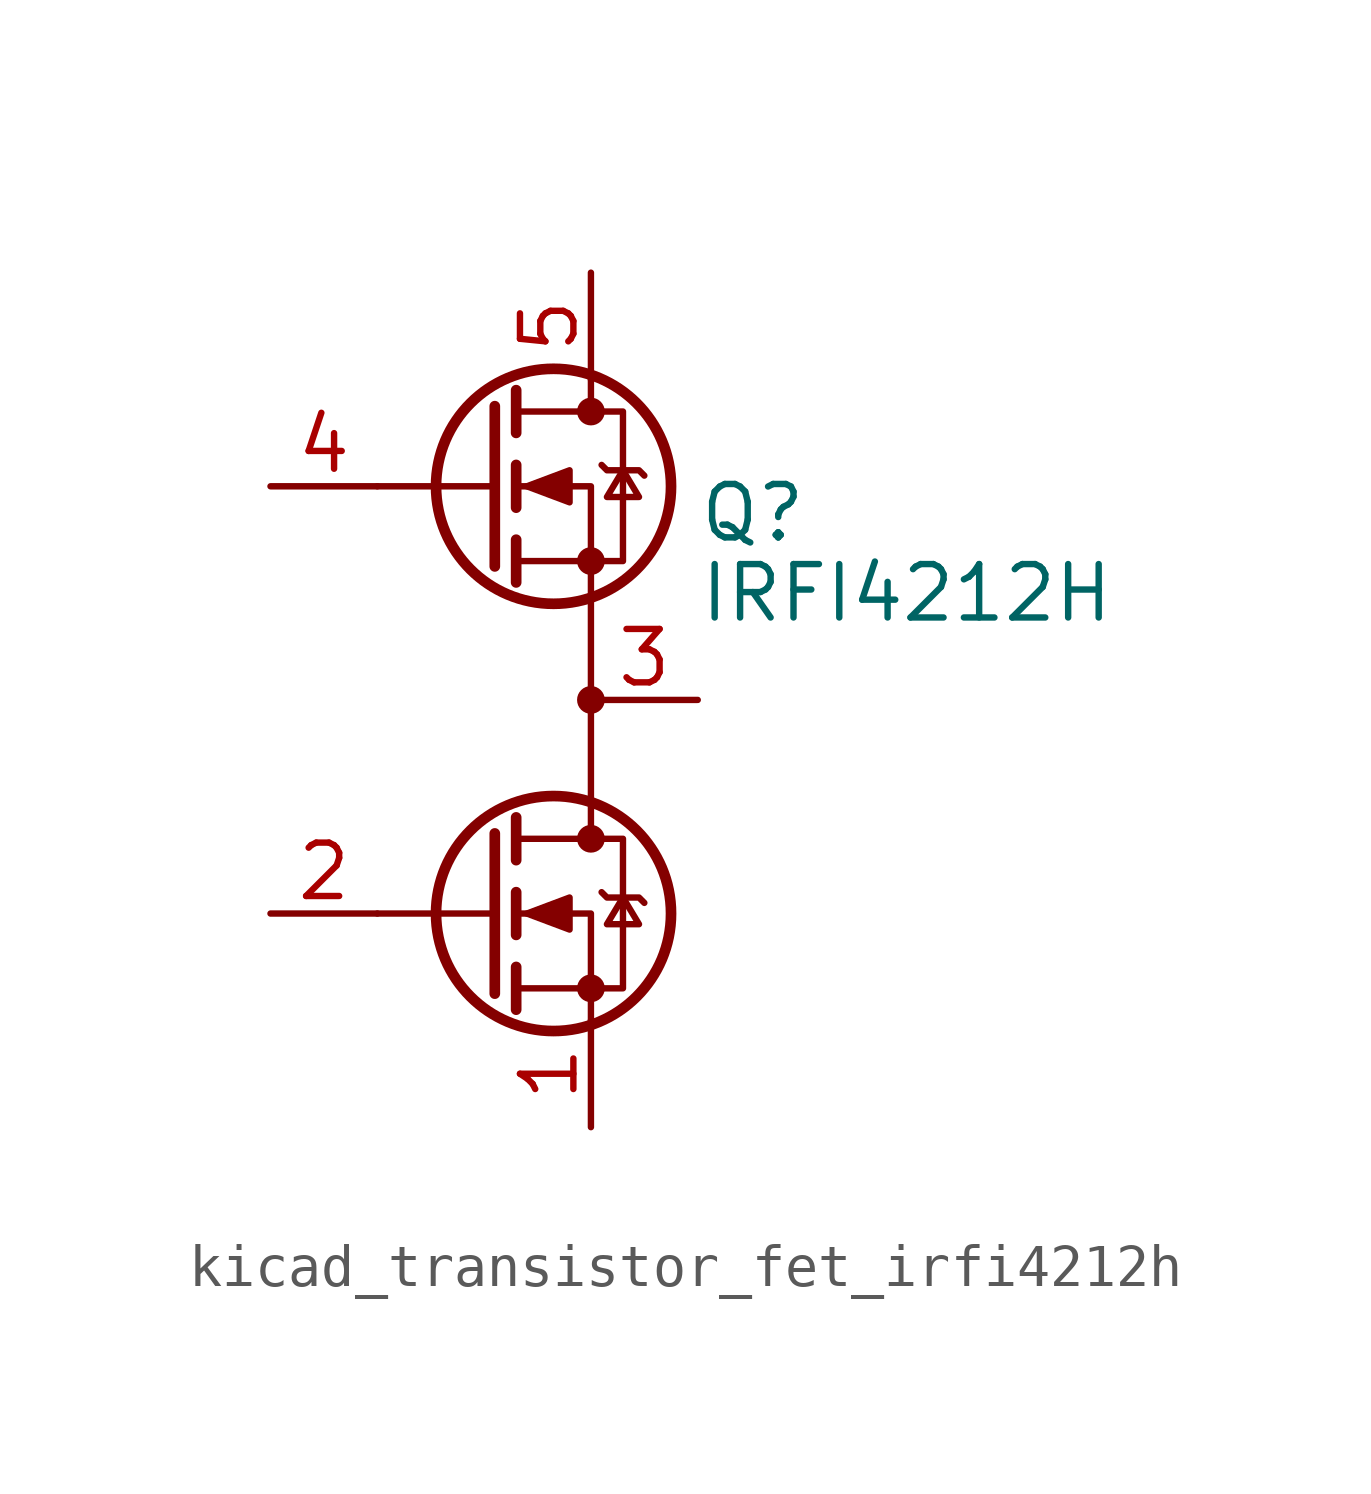
<source format=kicad_sym>
(kicad_symbol_lib
  (version 20220914)
  (generator kicad_symbol_editor)
  (symbol "kicad_transistor_fet_irfi4212h"
    (pin_names hide)
    (property "Reference" "Q"
      (at 5.08 4.445 0)
      (effects (font (size 1.27 1.27)) (justify left)))
    (property "Value" "IRFI4212H"
      (at 5.08 2.54 0)
      (effects (font (size 1.27 1.27)) (justify left)))
    (symbol "kicad_transistor_fet_irfi4212h_0_1"
      (polyline (pts (xy 0.254 -5.08) (xy -2.54 -5.08)) (stroke (width 0) (type default)) (fill (type none)))
      (polyline (pts (xy 0.254 -3.175) (xy 0.254 -6.985)) (stroke (width 0.254) (type default)) (fill (type none)))
      (polyline (pts (xy 0.254 5.08) (xy -2.54 5.08)) (stroke (width 0) (type default)) (fill (type none)))
      (polyline (pts (xy 0.254 6.985) (xy 0.254 3.175)) (stroke (width 0.254) (type default)) (fill (type none)))
      (polyline (pts (xy 0.762 -6.35) (xy 0.762 -7.366)) (stroke (width 0.254) (type default)) (fill (type none)))
      (polyline (pts (xy 0.762 -4.572) (xy 0.762 -5.588)) (stroke (width 0.254) (type default)) (fill (type none)))
      (polyline (pts (xy 0.762 -2.794) (xy 0.762 -3.81)) (stroke (width 0.254) (type default)) (fill (type none)))
      (polyline (pts (xy 0.762 3.81) (xy 0.762 2.794)) (stroke (width 0.254) (type default)) (fill (type none)))
      (polyline (pts (xy 0.762 5.588) (xy 0.762 4.572)) (stroke (width 0.254) (type default)) (fill (type none)))
      (polyline (pts (xy 0.762 7.366) (xy 0.762 6.35)) (stroke (width 0.254) (type default)) (fill (type none)))
      (polyline (pts (xy 2.54 7.62) (xy 2.54 6.858)) (stroke (width 0) (type default)) (fill (type none)))
      (polyline (pts (xy 2.54 -7.62) (xy 2.54 -5.08) (xy 0.762 -5.08)) (stroke (width 0) (type default)) (fill (type none)))
      (polyline (pts (xy 2.54 -3.302) (xy 2.54 5.08) (xy 0.762 5.08)) (stroke (width 0) (type default)) (fill (type none)))
      (polyline (pts (xy 0.762 -6.858) (xy 3.302 -6.858) (xy 3.302 -3.302) (xy 0.762 -3.302)) (stroke (width 0) (type default)) (fill (type none)))
      (polyline (pts (xy 0.762 3.302) (xy 3.302 3.302) (xy 3.302 6.858) (xy 0.762 6.858)) (stroke (width 0) (type default)) (fill (type none)))
      (polyline (pts (xy 1.016 -5.08) (xy 2.032 -4.699) (xy 2.032 -5.461) (xy 1.016 -5.08)) (stroke (width 0) (type default)) (fill (type outline)))
      (polyline (pts (xy 1.016 5.08) (xy 2.032 5.461) (xy 2.032 4.699) (xy 1.016 5.08)) (stroke (width 0) (type default)) (fill (type outline)))
      (polyline (pts (xy 2.794 -4.572) (xy 2.921 -4.699) (xy 3.683 -4.699) (xy 3.81 -4.826)) (stroke (width 0) (type default)) (fill (type none)))
      (polyline (pts (xy 2.794 5.588) (xy 2.921 5.461) (xy 3.683 5.461) (xy 3.81 5.334)) (stroke (width 0) (type default)) (fill (type none)))
      (polyline (pts (xy 3.302 -4.699) (xy 2.921 -5.334) (xy 3.683 -5.334) (xy 3.302 -4.699)) (stroke (width 0) (type default)) (fill (type none)))
      (polyline (pts (xy 3.302 5.461) (xy 2.921 4.826) (xy 3.683 4.826) (xy 3.302 5.461)) (stroke (width 0) (type default)) (fill (type none)))
      (circle (center 1.651 -5.08) (radius 2.794) (stroke (width 0.254) (type default)) (fill (type none)))
      (circle (center 1.651 5.08) (radius 2.794) (stroke (width 0.254) (type default)) (fill (type none)))
      (circle (center 2.54 -6.858) (radius 0.254) (stroke (width 0) (type default)) (fill (type outline)))
      (circle (center 2.54 -3.302) (radius 0.254) (stroke (width 0) (type default)) (fill (type outline)))
      (circle (center 2.54 0) (radius 0.254) (stroke (width 0) (type default)) (fill (type outline)))
      (circle (center 2.54 3.302) (radius 0.254) (stroke (width 0) (type default)) (fill (type outline)))
      (circle (center 2.54 6.858) (radius 0.254) (stroke (width 0) (type default)) (fill (type outline))))
    (symbol "kicad_transistor_fet_irfi4212h_1_1"
      (pin passive line (at 2.54 -10.16 90) (length 2.54) (name "S2" (effects (font (size 1.27 1.27)))) (number "1" (effects (font (size 1.27 1.27)))))
      (pin input line (at -5.08 -5.08 0) (length 2.54) (name "G2" (effects (font (size 1.27 1.27)))) (number "2" (effects (font (size 1.27 1.27)))))
      (pin passive line (at 5.08 0 180) (length 2.54) (name "S1/D2" (effects (font (size 1.27 1.27)))) (number "3" (effects (font (size 1.27 1.27)))))
      (pin input line (at -5.08 5.08 0) (length 2.54) (name "G1" (effects (font (size 1.27 1.27)))) (number "4" (effects (font (size 1.27 1.27)))))
      (pin passive line (at 2.54 10.16 270) (length 2.54) (name "D1" (effects (font (size 1.27 1.27)))) (number "5" (effects (font (size 1.27 1.27))))))))
</source>
